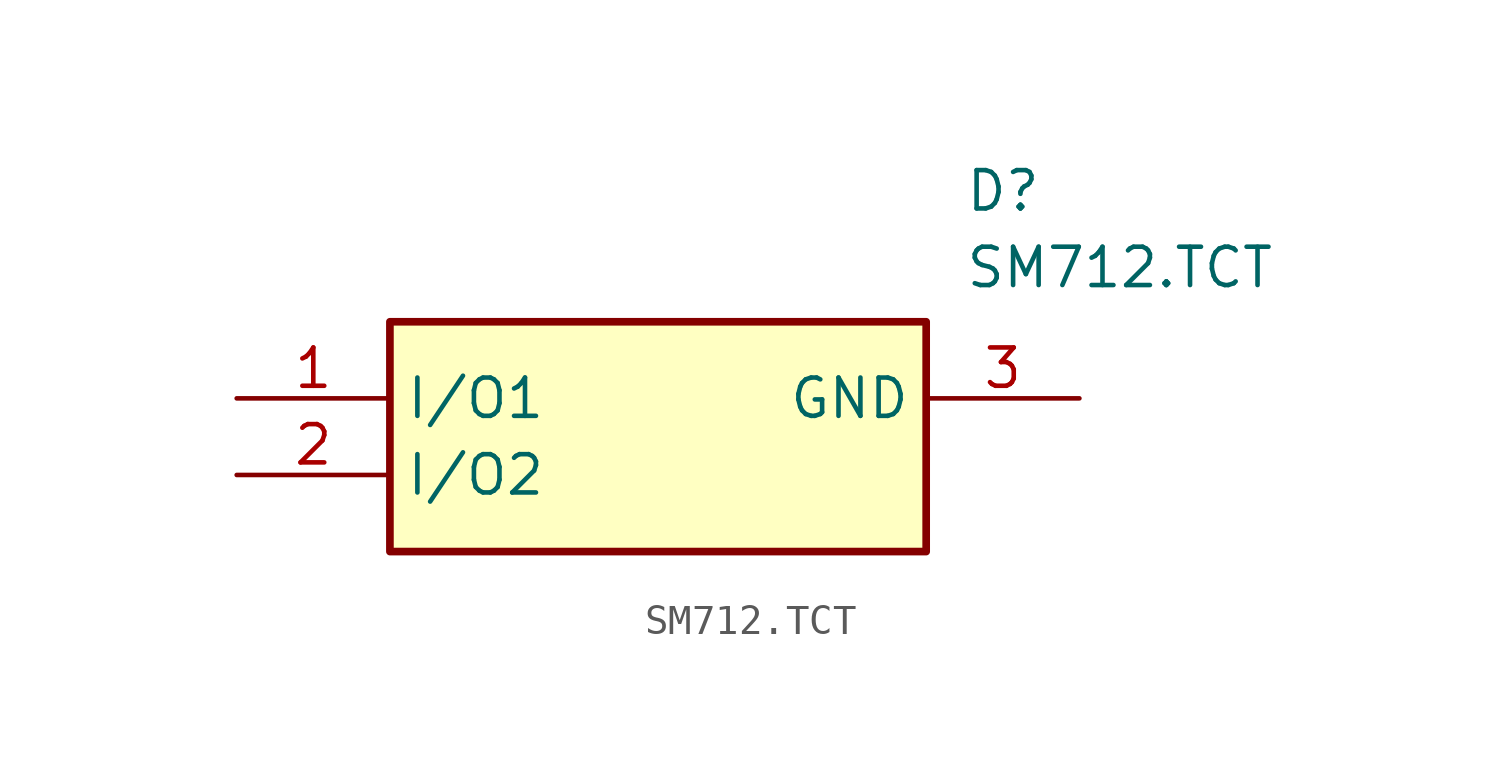
<source format=kicad_sym>
(kicad_symbol_lib
  (version 20211014)
  (generator SamacSys_ECAD_Model)
  (symbol "SM712.TCT"
    (property "Reference" "D"
      (at 24.13 7.62 0)
      (effects (font (size 1.27 1.27)) (justify left top)))
    (property "Value" "SM712.TCT"
      (at 24.13 5.08 0)
      (effects (font (size 1.27 1.27)) (justify left top)))
    (rectangle
      (start 5.08 2.54)
      (end 22.86 -5.08)
      (stroke (width 0.254) (type default))
      (fill (type background)))
    (pin passive line
      (at 0 0 0)
      (length 5.08)
      (name "I/O1" (effects (font (size 1.27 1.27))))
      (number "1" (effects (font (size 1.27 1.27)))))
    (pin passive line
      (at 0 -2.54 0)
      (length 5.08)
      (name "I/O2" (effects (font (size 1.27 1.27))))
      (number "2" (effects (font (size 1.27 1.27)))))
    (pin passive line
      (at 27.94 0 180)
      (length 5.08)
      (name "GND" (effects (font (size 1.27 1.27))))
      (number "3" (effects (font (size 1.27 1.27)))))))
</source>
